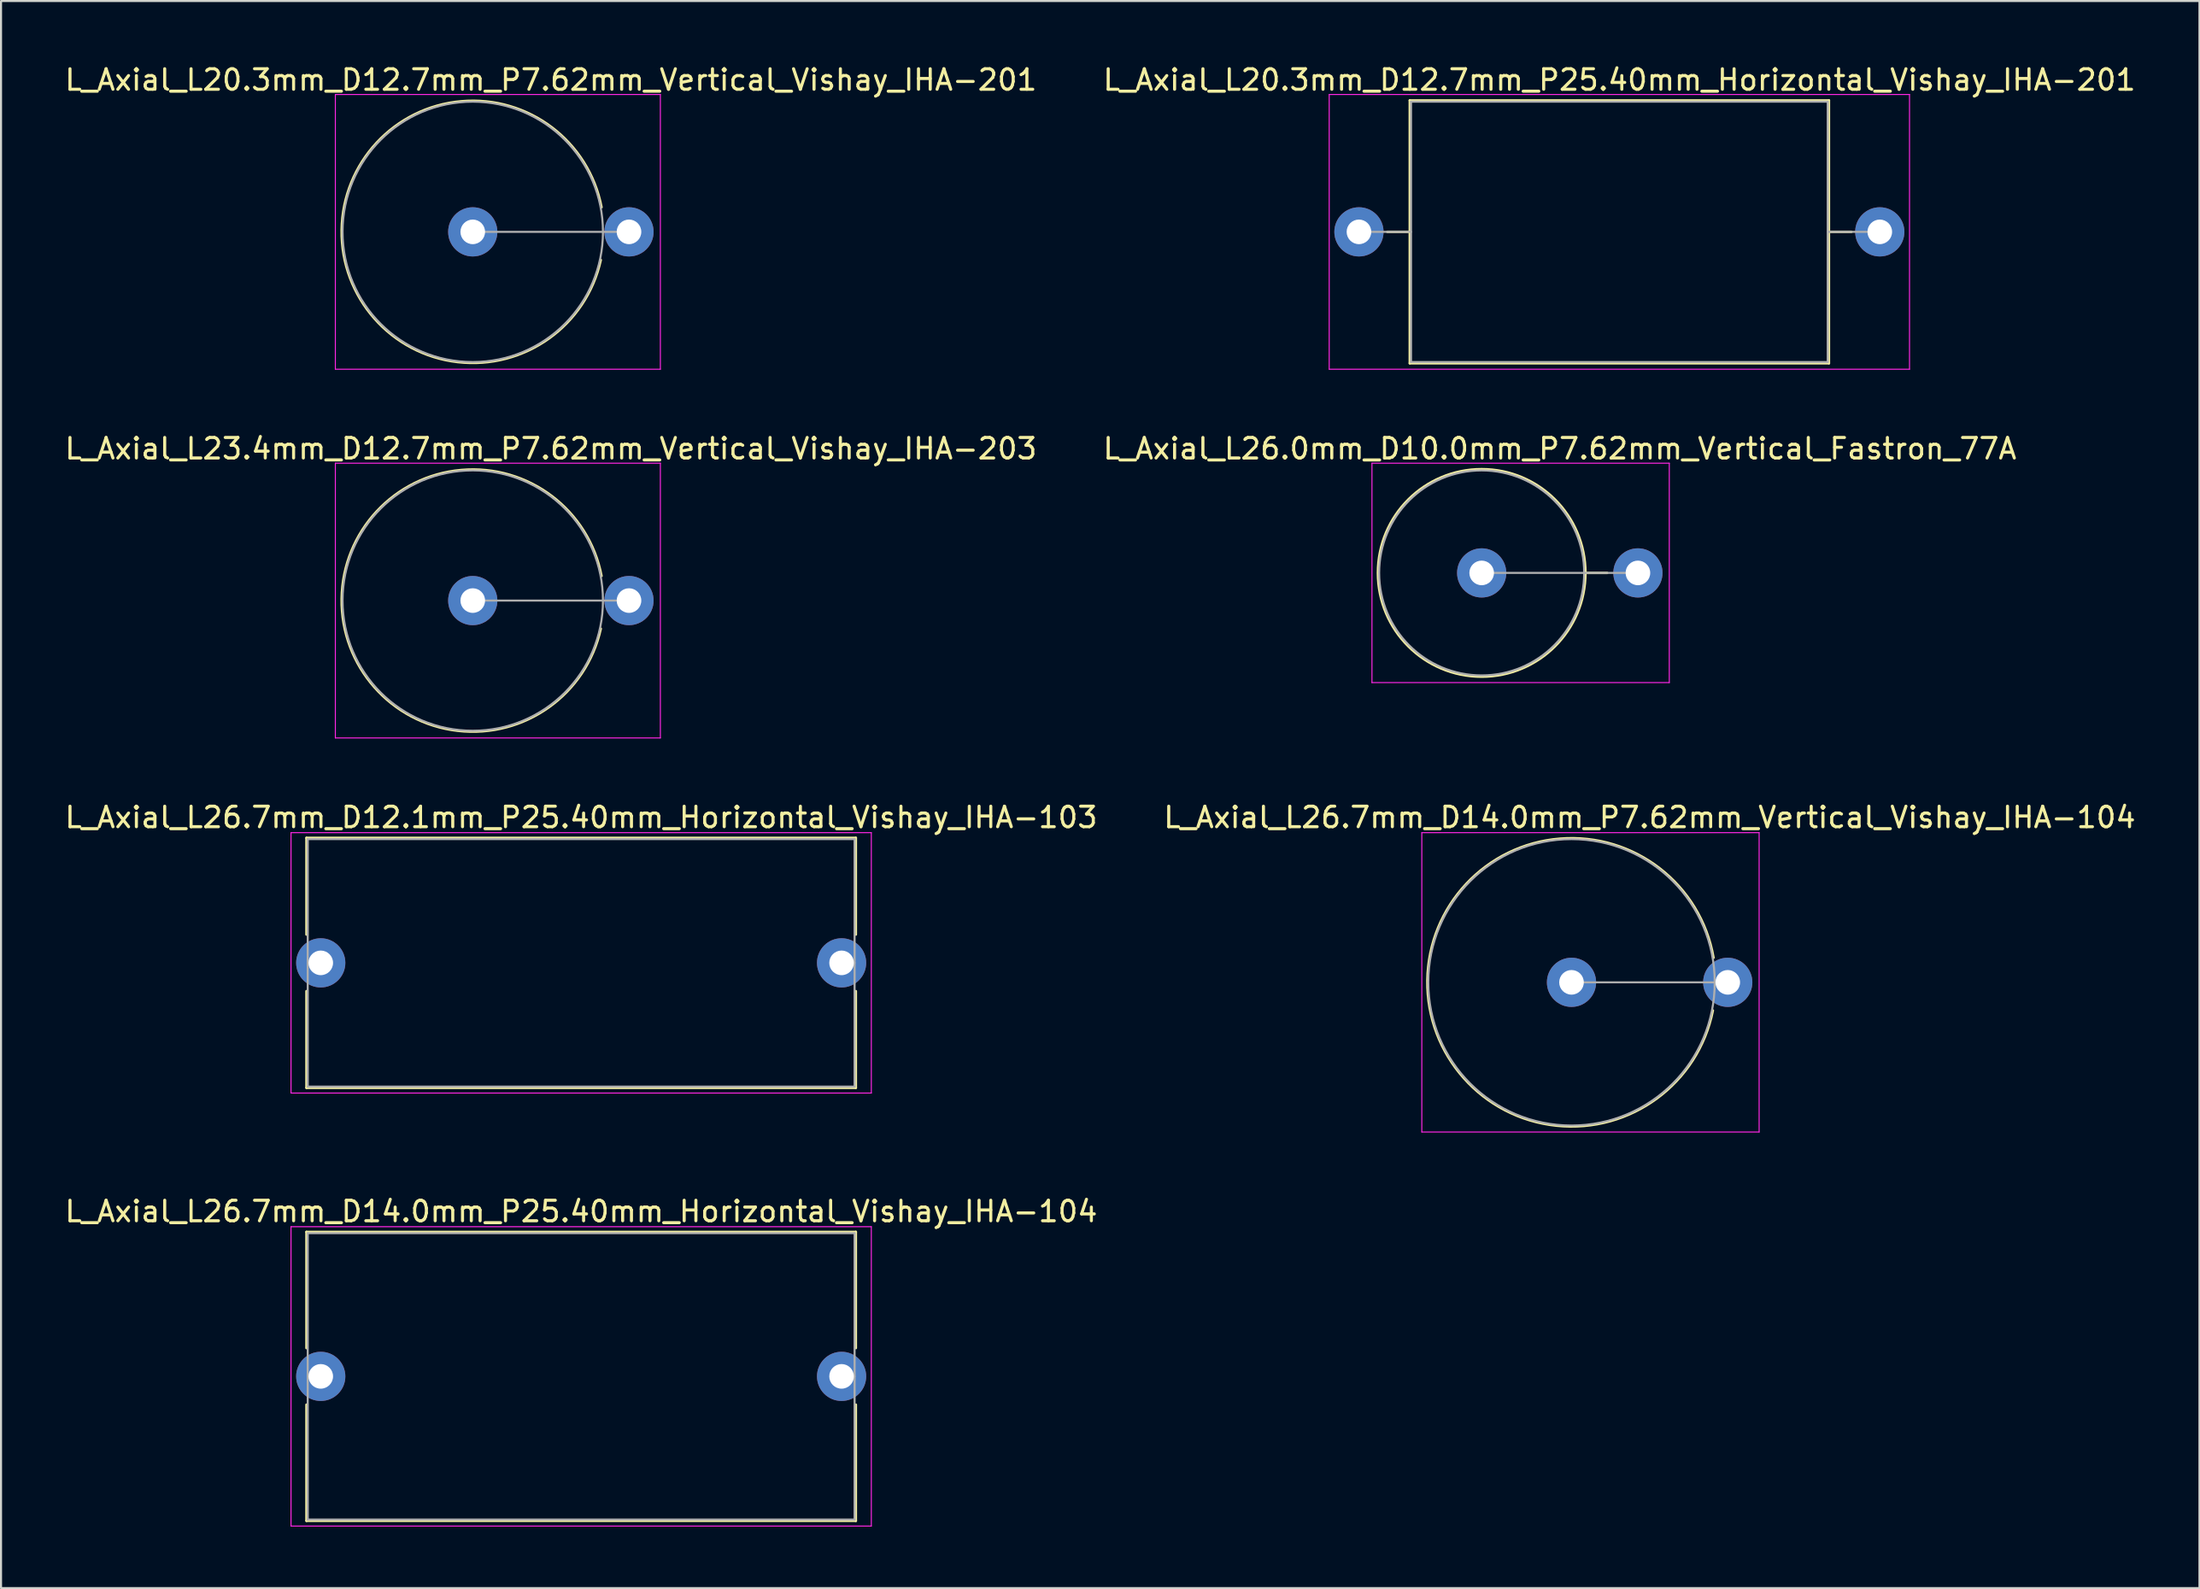
<source format=kicad_pcb>
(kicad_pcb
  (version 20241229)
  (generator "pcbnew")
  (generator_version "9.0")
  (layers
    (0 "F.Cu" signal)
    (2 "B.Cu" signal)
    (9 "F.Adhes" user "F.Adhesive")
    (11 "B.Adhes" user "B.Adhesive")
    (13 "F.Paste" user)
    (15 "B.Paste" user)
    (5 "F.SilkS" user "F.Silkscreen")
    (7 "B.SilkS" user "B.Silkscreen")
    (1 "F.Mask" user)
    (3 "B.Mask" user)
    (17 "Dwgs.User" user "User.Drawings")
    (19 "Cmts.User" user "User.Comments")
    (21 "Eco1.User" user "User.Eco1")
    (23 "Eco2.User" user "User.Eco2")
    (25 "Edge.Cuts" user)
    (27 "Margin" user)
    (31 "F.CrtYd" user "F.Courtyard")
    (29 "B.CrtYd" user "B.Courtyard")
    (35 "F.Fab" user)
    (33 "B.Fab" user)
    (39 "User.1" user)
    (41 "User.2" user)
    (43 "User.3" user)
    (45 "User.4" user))
  (footprint "L_Axial_L26.7mm_D14.0mm_P25.40mm_Horizontal_Vishay_IHA-104"
    (layer "F.Cu")
    (at 12.592 64.078)
    (property "Reference" "L_Axial_L26.7mm_D14.0mm_P25.40mm_Horizontal_Vishay_IHA-104" (at 12.7 -8.045 0) (layer "F.SilkS") (effects (font (size 1 1) (thickness 0.15))))
    (attr through_hole)
    (fp_line (start -0.695 -7.045) (end 26.095 -7.045) (stroke (width 0.12) (type solid)) (layer "F.SilkS"))
    (fp_line (start -0.695 -1.38) (end -0.695 -7.045) (stroke (width 0.12) (type solid)) (layer "F.SilkS"))
    (fp_line (start -0.695 1.38) (end -0.695 7.045) (stroke (width 0.12) (type solid)) (layer "F.SilkS"))
    (fp_line (start -0.695 7.045) (end 26.095 7.045) (stroke (width 0.12) (type solid)) (layer "F.SilkS"))
    (fp_line (start 26.095 -7.045) (end 26.095 -1.38) (stroke (width 0.12) (type solid)) (layer "F.SilkS"))
    (fp_line (start 26.095 7.045) (end 26.095 1.38) (stroke (width 0.12) (type solid)) (layer "F.SilkS"))
    (fp_line (start -1.45 -7.3) (end -1.45 7.3) (stroke (width 0.05) (type solid)) (layer "F.CrtYd"))
    (fp_line (start -1.45 7.3) (end 26.85 7.3) (stroke (width 0.05) (type solid)) (layer "F.CrtYd"))
    (fp_line (start 26.85 -7.3) (end -1.45 -7.3) (stroke (width 0.05) (type solid)) (layer "F.CrtYd"))
    (fp_line (start 26.85 7.3) (end 26.85 -7.3) (stroke (width 0.05) (type solid)) (layer "F.CrtYd"))
    (fp_line (start -0.635 -6.985) (end -0.635 6.985) (stroke (width 0.1) (type solid)) (layer "F.Fab"))
    (fp_line (start -0.635 6.985) (end 26.035 6.985) (stroke (width 0.1) (type solid)) (layer "F.Fab"))
    (fp_line (start 0 0) (end -0.635 0) (stroke (width 0.1) (type solid)) (layer "F.Fab"))
    (fp_line (start 25.4 0) (end 26.035 0) (stroke (width 0.1) (type solid)) (layer "F.Fab"))
    (fp_line (start 26.035 -6.985) (end -0.635 -6.985) (stroke (width 0.1) (type solid)) (layer "F.Fab"))
    (fp_line (start 26.035 6.985) (end 26.035 -6.985) (stroke (width 0.1) (type solid)) (layer "F.Fab"))
    (pad "1" thru_hole circle (at 0 0) (size 2.4 2.4) (drill 1.2) (layers "*.Cu" "*.Mask"))
    (pad "2" thru_hole oval (at 25.4 0) (size 2.4 2.4) (drill 1.2) (layers "*.Cu" "*.Mask")))
  (footprint "L_Axial_L20.3mm_D12.7mm_P7.62mm_Vertical_Vishay_IHA-201"
    (layer "F.Cu")
    (at 20.005 8.258)
    (property "Reference" "L_Axial_L20.3mm_D12.7mm_P7.62mm_Vertical_Vishay_IHA-201" (at 3.81 -7.41 0) (layer "F.SilkS") (effects (font (size 1 1) (thickness 0.15))))
    (attr through_hole)
    (fp_arc (start 6.243846 1.370541) (mid -6.391903 -0.087048) (end 6.278853 -1.2) (stroke (width 0.12) (type solid)) (layer "F.SilkS"))
    (fp_line (start -6.7 -6.7) (end -6.7 6.7) (stroke (width 0.05) (type solid)) (layer "F.CrtYd"))
    (fp_line (start -6.7 6.7) (end 9.15 6.7) (stroke (width 0.05) (type solid)) (layer "F.CrtYd"))
    (fp_line (start 9.15 -6.7) (end -6.7 -6.7) (stroke (width 0.05) (type solid)) (layer "F.CrtYd"))
    (fp_line (start 9.15 6.7) (end 9.15 -6.7) (stroke (width 0.05) (type solid)) (layer "F.CrtYd"))
    (fp_line (start 0 0) (end 7.62 0) (stroke (width 0.1) (type solid)) (layer "F.Fab"))
    (fp_circle (center 0 0) (end 6.35 0) (stroke (width 0.1) (type solid)) (fill no) (layer "F.Fab"))
    (pad "1" thru_hole circle (at 0 0) (size 2.4 2.4) (drill 1.2) (layers "*.Cu" "*.Mask"))
    (pad "2" thru_hole oval (at 7.62 0) (size 2.4 2.4) (drill 1.2) (layers "*.Cu" "*.Mask")))
  (footprint "L_Axial_L26.0mm_D10.0mm_P7.62mm_Vertical_Fastron_77A"
    (layer "F.Cu")
    (at 69.208 24.892)
    (property "Reference" "L_Axial_L26.0mm_D10.0mm_P7.62mm_Vertical_Fastron_77A" (at 3.81 -6.06 0) (layer "F.SilkS") (effects (font (size 1 1) (thickness 0.15))))
    (attr through_hole)
    (fp_line (start 5.06 0) (end 6.12 0) (stroke (width 0.12) (type solid)) (layer "F.SilkS"))
    (fp_circle (center 0 0) (end 5.06 0) (stroke (width 0.12) (type solid)) (fill no) (layer "F.SilkS"))
    (fp_line (start -5.35 -5.35) (end -5.35 5.35) (stroke (width 0.05) (type solid)) (layer "F.CrtYd"))
    (fp_line (start -5.35 5.35) (end 9.15 5.35) (stroke (width 0.05) (type solid)) (layer "F.CrtYd"))
    (fp_line (start 9.15 -5.35) (end -5.35 -5.35) (stroke (width 0.05) (type solid)) (layer "F.CrtYd"))
    (fp_line (start 9.15 5.35) (end 9.15 -5.35) (stroke (width 0.05) (type solid)) (layer "F.CrtYd"))
    (fp_line (start 0 0) (end 7.62 0) (stroke (width 0.1) (type solid)) (layer "F.Fab"))
    (fp_circle (center 0 0) (end 5 0) (stroke (width 0.1) (type solid)) (fill no) (layer "F.Fab"))
    (pad "1" thru_hole circle (at 0 0) (size 2.4 2.4) (drill 1.2) (layers "*.Cu" "*.Mask"))
    (pad "2" thru_hole oval (at 7.62 0) (size 2.4 2.4) (drill 1.2) (layers "*.Cu" "*.Mask")))
  (footprint "L_Axial_L20.3mm_D12.7mm_P25.40mm_Horizontal_Vishay_IHA-201"
    (layer "F.Cu")
    (at 63.223 8.258)
    (property "Reference" "L_Axial_L20.3mm_D12.7mm_P25.40mm_Horizontal_Vishay_IHA-201" (at 12.7 -7.41 0) (layer "F.SilkS") (effects (font (size 1 1) (thickness 0.15))))
    (attr through_hole)
    (fp_line (start 1.38 0) (end 2.48 0) (stroke (width 0.12) (type solid)) (layer "F.SilkS"))
    (fp_line (start 2.48 -6.41) (end 2.48 6.41) (stroke (width 0.12) (type solid)) (layer "F.SilkS"))
    (fp_line (start 2.48 6.41) (end 22.92 6.41) (stroke (width 0.12) (type solid)) (layer "F.SilkS"))
    (fp_line (start 22.92 -6.41) (end 2.48 -6.41) (stroke (width 0.12) (type solid)) (layer "F.SilkS"))
    (fp_line (start 22.92 6.41) (end 22.92 -6.41) (stroke (width 0.12) (type solid)) (layer "F.SilkS"))
    (fp_line (start 24.02 0) (end 22.92 0) (stroke (width 0.12) (type solid)) (layer "F.SilkS"))
    (fp_line (start -1.45 -6.7) (end -1.45 6.7) (stroke (width 0.05) (type solid)) (layer "F.CrtYd"))
    (fp_line (start -1.45 6.7) (end 26.85 6.7) (stroke (width 0.05) (type solid)) (layer "F.CrtYd"))
    (fp_line (start 26.85 -6.7) (end -1.45 -6.7) (stroke (width 0.05) (type solid)) (layer "F.CrtYd"))
    (fp_line (start 26.85 6.7) (end 26.85 -6.7) (stroke (width 0.05) (type solid)) (layer "F.CrtYd"))
    (fp_line (start 0 0) (end 2.54 0) (stroke (width 0.1) (type solid)) (layer "F.Fab"))
    (fp_line (start 2.54 -6.35) (end 2.54 6.35) (stroke (width 0.1) (type solid)) (layer "F.Fab"))
    (fp_line (start 2.54 6.35) (end 22.86 6.35) (stroke (width 0.1) (type solid)) (layer "F.Fab"))
    (fp_line (start 22.86 -6.35) (end 2.54 -6.35) (stroke (width 0.1) (type solid)) (layer "F.Fab"))
    (fp_line (start 22.86 6.35) (end 22.86 -6.35) (stroke (width 0.1) (type solid)) (layer "F.Fab"))
    (fp_line (start 25.4 0) (end 22.86 0) (stroke (width 0.1) (type solid)) (layer "F.Fab"))
    (pad "1" thru_hole circle (at 0 0) (size 2.4 2.4) (drill 1.2) (layers "*.Cu" "*.Mask"))
    (pad "2" thru_hole oval (at 25.4 0) (size 2.4 2.4) (drill 1.2) (layers "*.Cu" "*.Mask")))
  (footprint "L_Axial_L26.7mm_D12.1mm_P25.40mm_Horizontal_Vishay_IHA-103"
    (layer "F.Cu")
    (at 12.592 43.91)
    (property "Reference" "L_Axial_L26.7mm_D12.1mm_P25.40mm_Horizontal_Vishay_IHA-103" (at 12.7 -7.095 0) (layer "F.SilkS") (effects (font (size 1 1) (thickness 0.15))))
    (attr through_hole)
    (fp_line (start -0.695 -6.095) (end 26.095 -6.095) (stroke (width 0.12) (type solid)) (layer "F.SilkS"))
    (fp_line (start -0.695 -1.38) (end -0.695 -6.095) (stroke (width 0.12) (type solid)) (layer "F.SilkS"))
    (fp_line (start -0.695 1.38) (end -0.695 6.095) (stroke (width 0.12) (type solid)) (layer "F.SilkS"))
    (fp_line (start -0.695 6.095) (end 26.095 6.095) (stroke (width 0.12) (type solid)) (layer "F.SilkS"))
    (fp_line (start 26.095 -6.095) (end 26.095 -1.38) (stroke (width 0.12) (type solid)) (layer "F.SilkS"))
    (fp_line (start 26.095 6.095) (end 26.095 1.38) (stroke (width 0.12) (type solid)) (layer "F.SilkS"))
    (fp_line (start -1.45 -6.35) (end -1.45 6.35) (stroke (width 0.05) (type solid)) (layer "F.CrtYd"))
    (fp_line (start -1.45 6.35) (end 26.85 6.35) (stroke (width 0.05) (type solid)) (layer "F.CrtYd"))
    (fp_line (start 26.85 -6.35) (end -1.45 -6.35) (stroke (width 0.05) (type solid)) (layer "F.CrtYd"))
    (fp_line (start 26.85 6.35) (end 26.85 -6.35) (stroke (width 0.05) (type solid)) (layer "F.CrtYd"))
    (fp_line (start -0.635 -6.035) (end -0.635 6.035) (stroke (width 0.1) (type solid)) (layer "F.Fab"))
    (fp_line (start -0.635 6.035) (end 26.035 6.035) (stroke (width 0.1) (type solid)) (layer "F.Fab"))
    (fp_line (start 0 0) (end -0.635 0) (stroke (width 0.1) (type solid)) (layer "F.Fab"))
    (fp_line (start 25.4 0) (end 26.035 0) (stroke (width 0.1) (type solid)) (layer "F.Fab"))
    (fp_line (start 26.035 -6.035) (end -0.635 -6.035) (stroke (width 0.1) (type solid)) (layer "F.Fab"))
    (fp_line (start 26.035 6.035) (end 26.035 -6.035) (stroke (width 0.1) (type solid)) (layer "F.Fab"))
    (pad "1" thru_hole circle (at 0 0) (size 2.4 2.4) (drill 1.2) (layers "*.Cu" "*.Mask"))
    (pad "2" thru_hole oval (at 25.4 0) (size 2.4 2.4) (drill 1.2) (layers "*.Cu" "*.Mask")))
  (footprint "L_Axial_L26.7mm_D14.0mm_P7.62mm_Vertical_Vishay_IHA-104"
    (layer "F.Cu")
    (at 73.589 44.86)
    (property "Reference" "L_Axial_L26.7mm_D14.0mm_P7.62mm_Vertical_Vishay_IHA-104" (at 3.81 -8.045 0) (layer "F.SilkS") (effects (font (size 1 1) (thickness 0.15))))
    (attr through_hole)
    (fp_arc (start 6.893528 1.373753) (mid -7.028522 -0.08837) (end 6.925888 -1.2) (stroke (width 0.12) (type solid)) (layer "F.SilkS"))
    (fp_line (start -7.3 -7.3) (end -7.3 7.3) (stroke (width 0.05) (type solid)) (layer "F.CrtYd"))
    (fp_line (start -7.3 7.3) (end 9.15 7.3) (stroke (width 0.05) (type solid)) (layer "F.CrtYd"))
    (fp_line (start 9.15 -7.3) (end -7.3 -7.3) (stroke (width 0.05) (type solid)) (layer "F.CrtYd"))
    (fp_line (start 9.15 7.3) (end 9.15 -7.3) (stroke (width 0.05) (type solid)) (layer "F.CrtYd"))
    (fp_line (start 0 0) (end 7.62 0) (stroke (width 0.1) (type solid)) (layer "F.Fab"))
    (fp_circle (center 0 0) (end 6.985 0) (stroke (width 0.1) (type solid)) (fill no) (layer "F.Fab"))
    (pad "1" thru_hole circle (at 0 0) (size 2.4 2.4) (drill 1.2) (layers "*.Cu" "*.Mask"))
    (pad "2" thru_hole oval (at 7.62 0) (size 2.4 2.4) (drill 1.2) (layers "*.Cu" "*.Mask")))
  (footprint "L_Axial_L23.4mm_D12.7mm_P7.62mm_Vertical_Vishay_IHA-203"
    (layer "F.Cu")
    (at 20.005 26.241)
    (property "Reference" "L_Axial_L23.4mm_D12.7mm_P7.62mm_Vertical_Vishay_IHA-203" (at 3.81 -7.41 0) (layer "F.SilkS") (effects (font (size 1 1) (thickness 0.15))))
    (attr through_hole)
    (fp_arc (start 6.243846 1.370541) (mid -6.391903 -0.087048) (end 6.278853 -1.2) (stroke (width 0.12) (type solid)) (layer "F.SilkS"))
    (fp_line (start -6.7 -6.7) (end -6.7 6.7) (stroke (width 0.05) (type solid)) (layer "F.CrtYd"))
    (fp_line (start -6.7 6.7) (end 9.15 6.7) (stroke (width 0.05) (type solid)) (layer "F.CrtYd"))
    (fp_line (start 9.15 -6.7) (end -6.7 -6.7) (stroke (width 0.05) (type solid)) (layer "F.CrtYd"))
    (fp_line (start 9.15 6.7) (end 9.15 -6.7) (stroke (width 0.05) (type solid)) (layer "F.CrtYd"))
    (fp_line (start 0 0) (end 7.62 0) (stroke (width 0.1) (type solid)) (layer "F.Fab"))
    (fp_circle (center 0 0) (end 6.35 0) (stroke (width 0.1) (type solid)) (fill no) (layer "F.Fab"))
    (pad "1" thru_hole circle (at 0 0) (size 2.4 2.4) (drill 1.2) (layers "*.Cu" "*.Mask"))
    (pad "2" thru_hole oval (at 7.62 0) (size 2.4 2.4) (drill 1.2) (layers "*.Cu" "*.Mask")))
  (gr_rect
    (start -3 -3)
    (end 104.214 74.403)
    (stroke (width 0.1) (type default))
    (fill no)
    (layer "Edge.Cuts")))
</source>
